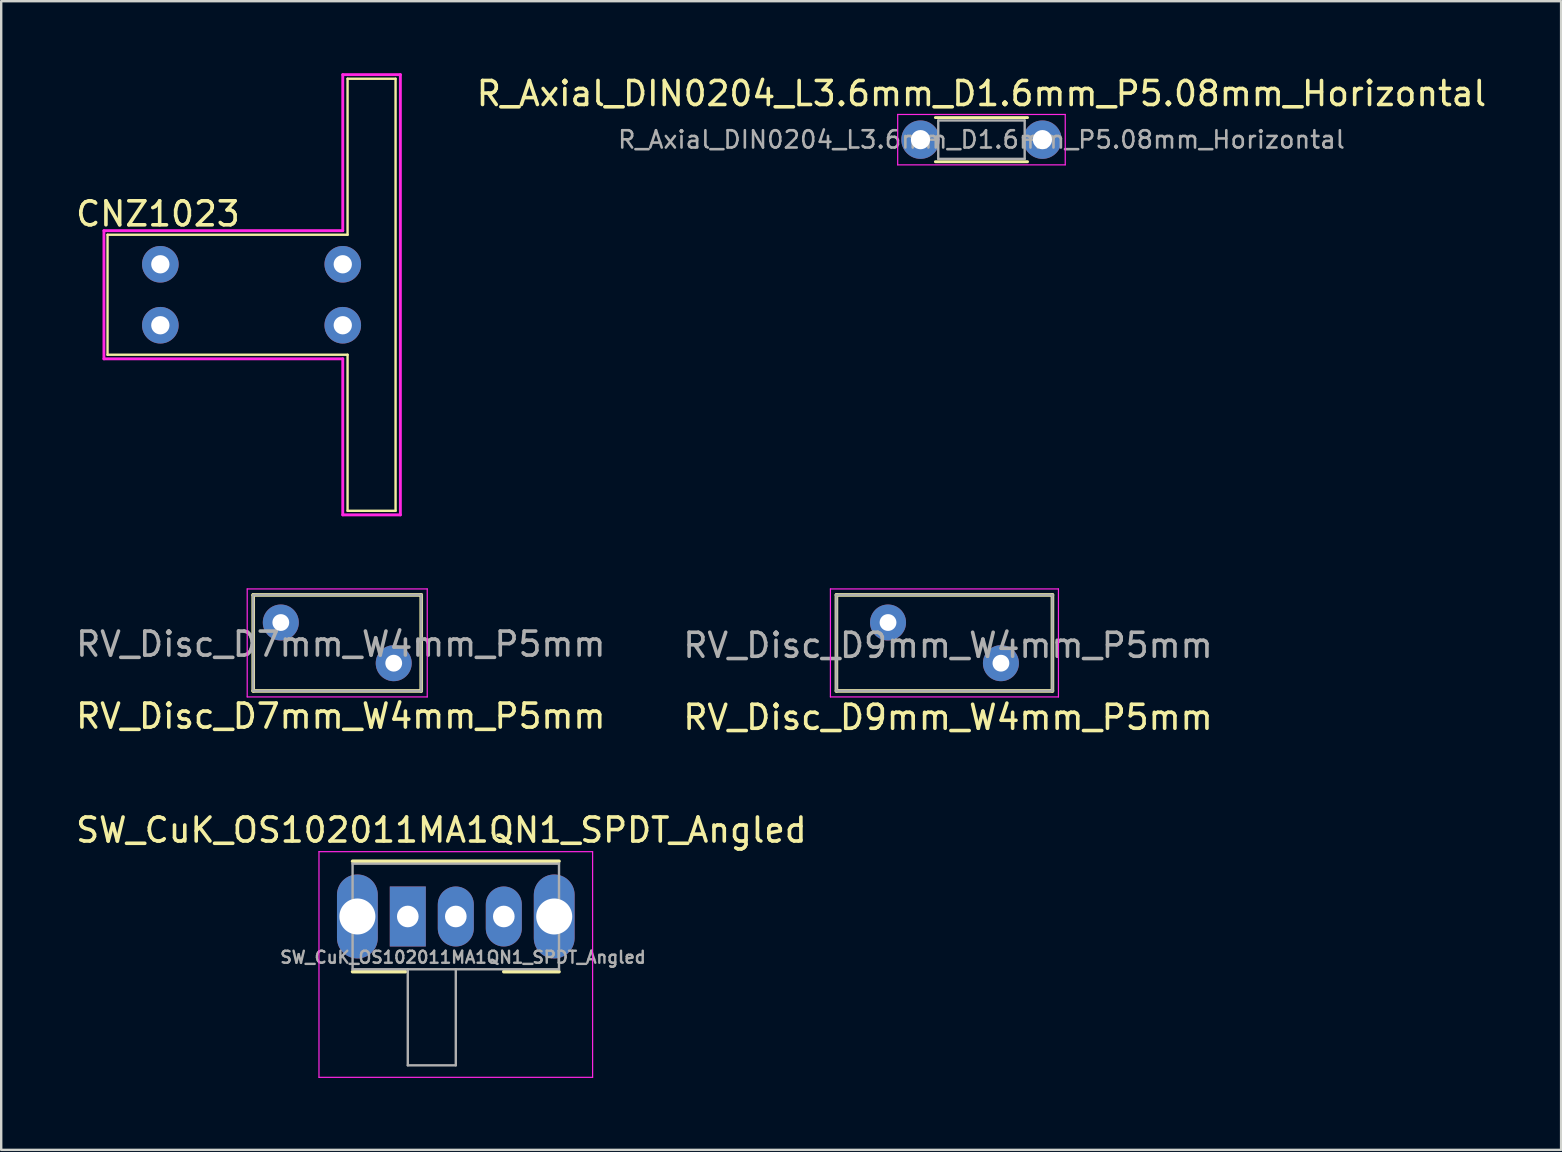
<source format=kicad_pcb>
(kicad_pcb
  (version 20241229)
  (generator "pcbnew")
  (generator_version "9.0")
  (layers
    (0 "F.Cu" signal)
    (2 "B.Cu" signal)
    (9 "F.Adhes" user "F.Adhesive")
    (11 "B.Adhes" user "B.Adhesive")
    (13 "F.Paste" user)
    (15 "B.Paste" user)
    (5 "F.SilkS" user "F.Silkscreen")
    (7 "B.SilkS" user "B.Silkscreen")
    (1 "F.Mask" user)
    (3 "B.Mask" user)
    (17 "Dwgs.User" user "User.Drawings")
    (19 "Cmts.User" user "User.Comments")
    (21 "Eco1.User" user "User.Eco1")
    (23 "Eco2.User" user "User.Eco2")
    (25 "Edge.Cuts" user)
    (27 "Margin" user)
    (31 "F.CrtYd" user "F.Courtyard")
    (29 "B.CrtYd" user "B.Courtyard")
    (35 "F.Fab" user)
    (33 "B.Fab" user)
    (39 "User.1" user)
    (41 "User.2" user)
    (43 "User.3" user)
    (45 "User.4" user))
  (footprint "RV_Disc_D9mm_W4mm_P5mm"
    (layer "F.Cu")
    (at 33.946 22.885)
    (property "Reference" "RV_Disc_D9mm_W4mm_P5mm" (at 2.5 3.95 0) (layer "F.SilkS") (effects (font (size 1 1) (thickness 0.15))))
    (attr through_hole)
    (fp_line (start -2.15 -1.15) (end -2.15 2.85) (stroke (width 0.15) (type solid)) (layer "F.SilkS"))
    (fp_line (start -2.15 -1.15) (end 6.85 -1.15) (stroke (width 0.15) (type solid)) (layer "F.SilkS"))
    (fp_line (start -2.15 2.85) (end 6.85 2.85) (stroke (width 0.15) (type solid)) (layer "F.SilkS"))
    (fp_line (start 6.85 -1.15) (end 6.85 2.85) (stroke (width 0.15) (type solid)) (layer "F.SilkS"))
    (fp_line (start -2.4 -1.4) (end -2.4 3.1) (stroke (width 0.05) (type solid)) (layer "F.CrtYd"))
    (fp_line (start -2.4 -1.4) (end 7.1 -1.4) (stroke (width 0.05) (type solid)) (layer "F.CrtYd"))
    (fp_line (start -2.4 3.1) (end 7.1 3.1) (stroke (width 0.05) (type solid)) (layer "F.CrtYd"))
    (fp_line (start 7.1 -1.4) (end 7.1 3.1) (stroke (width 0.05) (type solid)) (layer "F.CrtYd"))
    (fp_line (start -2.15 -1.15) (end -2.15 2.85) (stroke (width 0.1) (type solid)) (layer "F.Fab"))
    (fp_line (start -2.15 -1.15) (end 6.85 -1.15) (stroke (width 0.1) (type solid)) (layer "F.Fab"))
    (fp_line (start -2.15 2.85) (end 6.85 2.85) (stroke (width 0.1) (type solid)) (layer "F.Fab"))
    (fp_line (start 6.85 -1.15) (end 6.85 2.85) (stroke (width 0.1) (type solid)) (layer "F.Fab"))
    (fp_text user "${REFERENCE}" (at 2.5 0.95 0) (layer "F.Fab") (effects (font (size 1 1) (thickness 0.15))))
    (pad "1" thru_hole circle (at 0 0) (size 1.5 1.5) (drill 0.7) (layers "*.Cu" "*.Mask"))
    (pad "2" thru_hole circle (at 4.704 1.694) (size 1.5 1.5) (drill 0.7) (layers "*.Cu" "*.Mask")))
  (footprint "RV_Disc_D7mm_W4mm_P5mm"
    (layer "F.Cu")
    (at 8.649 22.885)
    (property "Reference" "RV_Disc_D7mm_W4mm_P5mm" (at 2.5 3.9 0) (layer "F.SilkS") (effects (font (size 1 1) (thickness 0.15))))
    (attr through_hole)
    (fp_line (start -1.15 -1.15) (end -1.15 2.85) (stroke (width 0.15) (type solid)) (layer "F.SilkS"))
    (fp_line (start -1.15 -1.15) (end 5.85 -1.15) (stroke (width 0.15) (type solid)) (layer "F.SilkS"))
    (fp_line (start -1.15 2.85) (end 5.85 2.85) (stroke (width 0.15) (type solid)) (layer "F.SilkS"))
    (fp_line (start 5.85 -1.15) (end 5.85 2.85) (stroke (width 0.15) (type solid)) (layer "F.SilkS"))
    (fp_line (start -1.4 -1.4) (end -1.4 3.1) (stroke (width 0.05) (type solid)) (layer "F.CrtYd"))
    (fp_line (start -1.4 -1.4) (end 6.1 -1.4) (stroke (width 0.05) (type solid)) (layer "F.CrtYd"))
    (fp_line (start -1.4 3.1) (end 6.1 3.1) (stroke (width 0.05) (type solid)) (layer "F.CrtYd"))
    (fp_line (start 6.1 -1.4) (end 6.1 3.1) (stroke (width 0.05) (type solid)) (layer "F.CrtYd"))
    (fp_line (start -1.15 -1.15) (end -1.15 2.85) (stroke (width 0.1) (type solid)) (layer "F.Fab"))
    (fp_line (start -1.15 -1.15) (end 5.85 -1.15) (stroke (width 0.1) (type solid)) (layer "F.Fab"))
    (fp_line (start -1.15 2.85) (end 5.85 2.85) (stroke (width 0.1) (type solid)) (layer "F.Fab"))
    (fp_line (start 5.85 -1.15) (end 5.85 2.85) (stroke (width 0.1) (type solid)) (layer "F.Fab"))
    (fp_text user "${REFERENCE}" (at 2.5 0.9 0) (layer "F.Fab") (effects (font (size 1 1) (thickness 0.15))))
    (pad "1" thru_hole circle (at 0 0) (size 1.5 1.5) (drill 0.7) (layers "*.Cu" "*.Mask"))
    (pad "2" thru_hole circle (at 4.704 1.694) (size 1.5 1.5) (drill 0.7) (layers "*.Cu" "*.Mask")))
  (footprint "SW_CuK_OS102011MA1QN1_SPDT_Angled"
    (layer "F.Cu")
    (at 13.939 35.132)
    (property "Reference" "SW_CuK_OS102011MA1QN1_SPDT_Angled" (at 1.4 -3.6 0) (layer "F.SilkS") (effects (font (size 1 1) (thickness 0.15))))
    (attr through_hole)
    (fp_line (start -2.3 -2.3) (end 6.3 -2.3) (stroke (width 0.15) (type solid)) (layer "F.SilkS"))
    (fp_line (start -2.3 2.3) (end -0.1 2.3) (stroke (width 0.15) (type solid)) (layer "F.SilkS"))
    (fp_line (start 4 2.3) (end 6.3 2.3) (stroke (width 0.15) (type solid)) (layer "F.SilkS"))
    (fp_line (start -3.7 -2.7) (end 7.7 -2.7) (stroke (width 0.05) (type solid)) (layer "F.CrtYd"))
    (fp_line (start -3.7 6.7) (end -3.7 -2.7) (stroke (width 0.05) (type solid)) (layer "F.CrtYd"))
    (fp_line (start 7.7 -2.7) (end 7.7 6.7) (stroke (width 0.05) (type solid)) (layer "F.CrtYd"))
    (fp_line (start 7.7 6.7) (end -3.7 6.7) (stroke (width 0.05) (type solid)) (layer "F.CrtYd"))
    (fp_line (start -2.3 -2.2) (end -2.3 2.2) (stroke (width 0.1) (type solid)) (layer "F.Fab"))
    (fp_line (start -2.3 -2.2) (end 6.3 -2.2) (stroke (width 0.1) (type solid)) (layer "F.Fab"))
    (fp_line (start -2.3 2.2) (end 6.3 2.2) (stroke (width 0.1) (type solid)) (layer "F.Fab"))
    (fp_line (start 0 6.2) (end 0 2.2) (stroke (width 0.1) (type solid)) (layer "F.Fab"))
    (fp_line (start 2 2.2) (end 2 6.2) (stroke (width 0.1) (type solid)) (layer "F.Fab"))
    (fp_line (start 2 6.2) (end 0 6.2) (stroke (width 0.1) (type solid)) (layer "F.Fab"))
    (fp_line (start 6.3 2.2) (end 6.3 -2.2) (stroke (width 0.1) (type solid)) (layer "F.Fab"))
    (fp_text user "${REFERENCE}" (at 2.3 1.7 0) (layer "F.Fab") (effects (font (size 0.5 0.5) (thickness 0.1))))
    (pad "" thru_hole oval (at -2.1 0) (size 1.7 3.5) (drill 1.5) (layers "*.Cu" "*.Mask"))
    (pad "" thru_hole oval (at 6.1 0) (size 1.7 3.5) (drill 1.5) (layers "*.Cu" "*.Mask"))
    (pad "1" thru_hole rect (at 0 0) (size 1.5 2.5) (drill 0.9) (layers "*.Cu" "*.Mask"))
    (pad "2" thru_hole oval (at 2 0) (size 1.5 2.5) (drill 0.9) (layers "*.Cu" "*.Mask"))
    (pad "3" thru_hole oval (at 4 0) (size 1.5 2.5) (drill 0.9) (layers "*.Cu" "*.Mask")))
  (footprint "R_Axial_DIN0204_L3.6mm_D1.6mm_P5.08mm_Horizontal"
    (layer "F.Cu")
    (at 35.299 2.768)
    (property "Reference" "R_Axial_DIN0204_L3.6mm_D1.6mm_P5.08mm_Horizontal" (at 2.54 -1.92 0) (layer "F.SilkS") (effects (font (size 1 1) (thickness 0.15))))
    (attr through_hole)
    (fp_line (start 0.62 -0.92) (end 4.46 -0.92) (stroke (width 0.12) (type solid)) (layer "F.SilkS"))
    (fp_line (start 0.62 0.92) (end 4.46 0.92) (stroke (width 0.12) (type solid)) (layer "F.SilkS"))
    (fp_line (start -0.95 -1.05) (end -0.95 1.05) (stroke (width 0.05) (type solid)) (layer "F.CrtYd"))
    (fp_line (start -0.95 1.05) (end 6.03 1.05) (stroke (width 0.05) (type solid)) (layer "F.CrtYd"))
    (fp_line (start 6.03 -1.05) (end -0.95 -1.05) (stroke (width 0.05) (type solid)) (layer "F.CrtYd"))
    (fp_line (start 6.03 1.05) (end 6.03 -1.05) (stroke (width 0.05) (type solid)) (layer "F.CrtYd"))
    (fp_line (start 0 0) (end 0.74 0) (stroke (width 0.1) (type solid)) (layer "F.Fab"))
    (fp_line (start 0.74 -0.8) (end 0.74 0.8) (stroke (width 0.1) (type solid)) (layer "F.Fab"))
    (fp_line (start 0.74 0.8) (end 4.34 0.8) (stroke (width 0.1) (type solid)) (layer "F.Fab"))
    (fp_line (start 4.34 -0.8) (end 0.74 -0.8) (stroke (width 0.1) (type solid)) (layer "F.Fab"))
    (fp_line (start 4.34 0.8) (end 4.34 -0.8) (stroke (width 0.1) (type solid)) (layer "F.Fab"))
    (fp_line (start 5.08 0) (end 4.34 0) (stroke (width 0.1) (type solid)) (layer "F.Fab"))
    (fp_text user "${REFERENCE}" (at 2.54 0 0) (layer "F.Fab") (effects (font (size 0.72 0.72) (thickness 0.108))))
    (pad "1" thru_hole circle (at 0 0) (size 1.6 1.6) (drill 0.8) (layers "*.Cu" "*.Mask"))
    (pad "2" thru_hole circle (at 5.08 0) (size 1.6 1.6) (drill 0.8) (layers "*.Cu" "*.Mask")))
  (footprint "CNZ1023"
    (layer "F.Cu")
    (at 3.63 7.96)
    (property "Reference" "CNZ1023" (at -0.1 -2.1 0) (unlocked yes) (layer "F.SilkS") (effects (font (size 1 1) (thickness 0.15))))
    (attr through_hole)
    (fp_line (start -2.2 -1.23) (end 7.8 -1.23) (stroke (width 0.1) (type default)) (layer "F.SilkS"))
    (fp_line (start -2.2 3.77) (end -2.2 -1.23) (stroke (width 0.1) (type default)) (layer "F.SilkS"))
    (fp_line (start 7.8 -1.23) (end 7.8 -7.73) (stroke (width 0.1) (type default)) (layer "F.SilkS"))
    (fp_line (start 7.8 3.77) (end -2.2 3.77) (stroke (width 0.1) (type default)) (layer "F.SilkS"))
    (fp_line (start 7.8 10.27) (end 7.8 3.77) (stroke (width 0.1) (type default)) (layer "F.SilkS"))
    (fp_line (start 9.8 -7.73) (end 7.8 -7.73) (stroke (width 0.1) (type default)) (layer "F.SilkS"))
    (fp_line (start 9.8 10.27) (end 7.8 10.27) (stroke (width 0.1) (type default)) (layer "F.SilkS"))
    (fp_line (start 9.8 10.27) (end 9.8 -7.73) (stroke (width 0.1) (type default)) (layer "F.SilkS"))
    (fp_line (start -2.35 -1.4) (end -2.35 3.94) (stroke (width 0.12) (type default)) (layer "F.CrtYd"))
    (fp_line (start -2.35 3.94) (end 7.6 3.94) (stroke (width 0.12) (type default)) (layer "F.CrtYd"))
    (fp_line (start 7.6 -7.9) (end 7.6 -1.4) (stroke (width 0.12) (type default)) (layer "F.CrtYd"))
    (fp_line (start 7.6 -1.4) (end -2.35 -1.4) (stroke (width 0.12) (type default)) (layer "F.CrtYd"))
    (fp_line (start 7.6 3.94) (end 7.6 10.44) (stroke (width 0.12) (type default)) (layer "F.CrtYd"))
    (fp_line (start 7.6 10.44) (end 10 10.44) (stroke (width 0.12) (type default)) (layer "F.CrtYd"))
    (fp_line (start 10 -7.9) (end 7.6 -7.9) (stroke (width 0.12) (type default)) (layer "F.CrtYd"))
    (fp_line (start 10 10.44) (end 10 -7.9) (stroke (width 0.12) (type default)) (layer "F.CrtYd"))
    (pad "1" thru_hole circle (at 0 0) (size 1.524 1.524) (drill 0.762) (layers "*.Cu" "*.Mask"))
    (pad "2" thru_hole circle (at 0 2.54) (size 1.524 1.524) (drill 0.762) (layers "*.Cu" "*.Mask"))
    (pad "3" thru_hole circle (at 7.6 2.54) (size 1.524 1.524) (drill 0.762) (layers "*.Cu" "*.Mask"))
    (pad "4" thru_hole circle (at 7.6 0) (size 1.524 1.524) (drill 0.762) (layers "*.Cu" "*.Mask")))
  (gr_rect
    (start -3 -3)
    (end 61.987 44.856)
    (stroke (width 0.1) (type default))
    (fill no)
    (layer "Edge.Cuts")))
</source>
